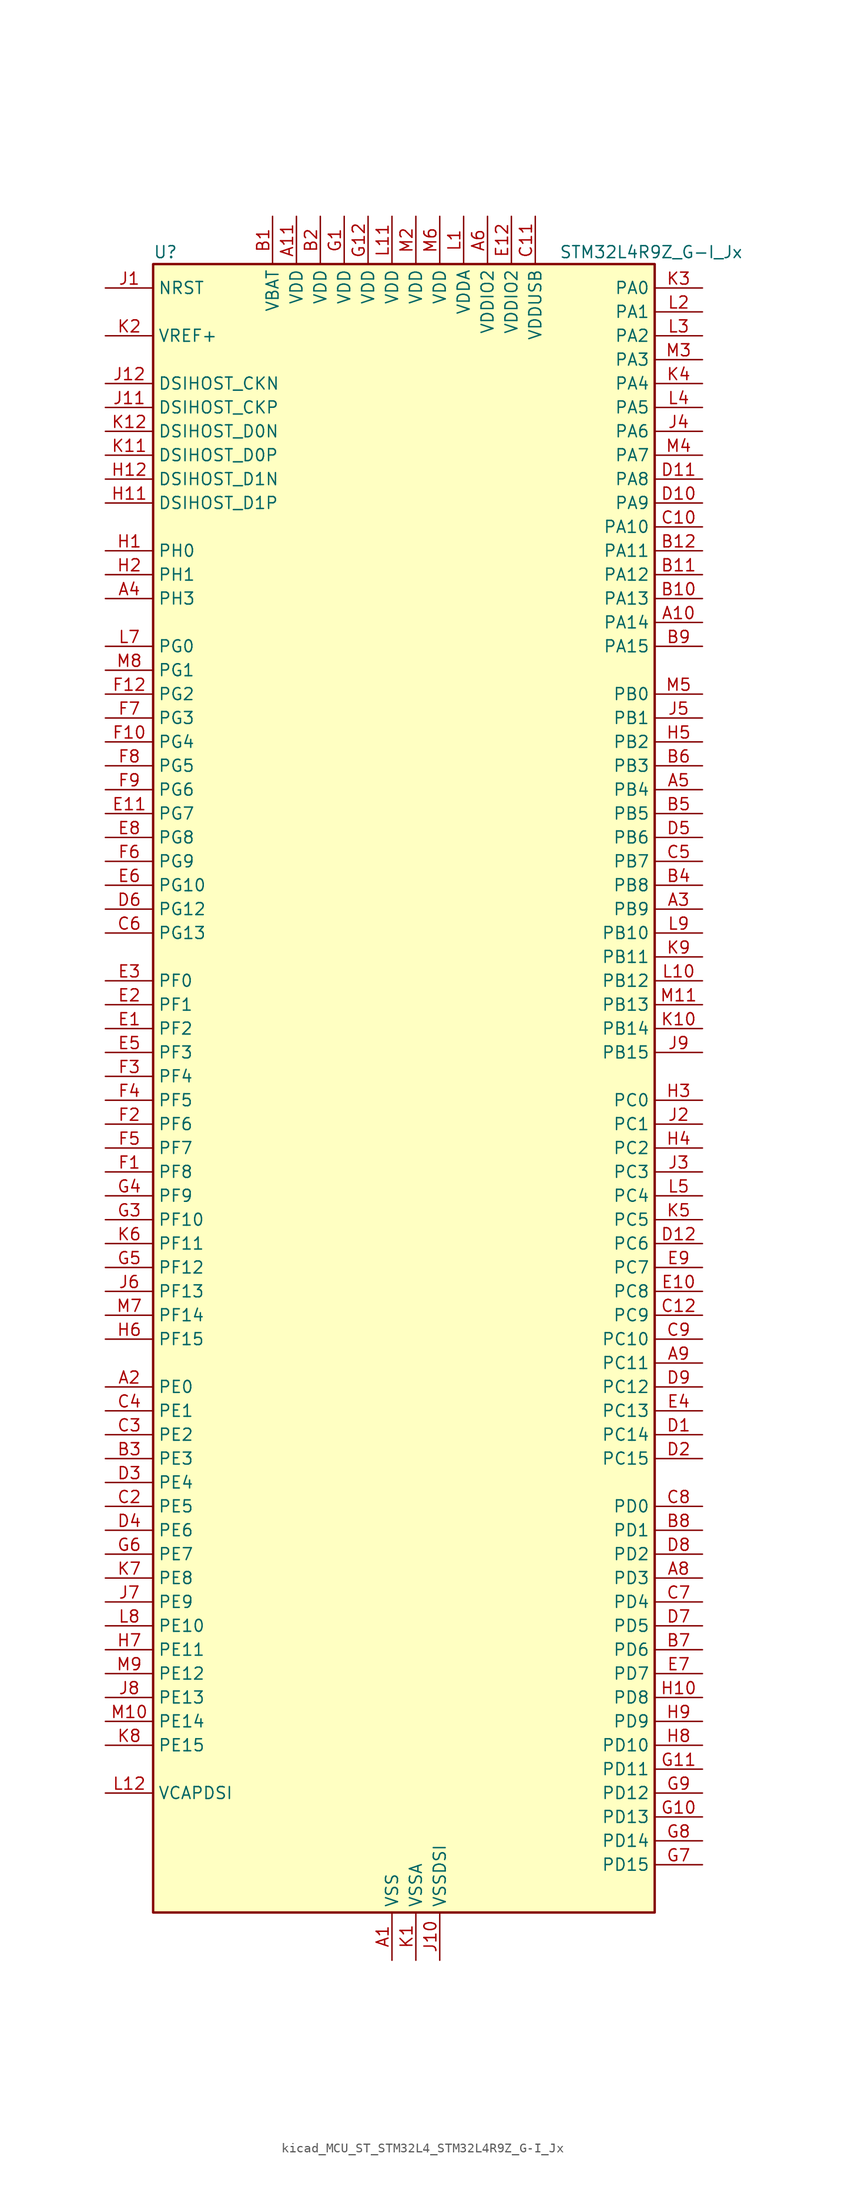
<source format=kicad_sym>
(kicad_symbol_lib
  (version 20220914)
  (generator kicad_symbol_editor)
  (symbol "kicad_MCU_ST_STM32L4_STM32L4R9Z_G-I_Jx"
    (property "Reference" "U"
      (at -25.4 90.17 0)
      (effects (font (size 1.27 1.27)) (justify left)))
    (property "Value" "STM32L4R9Z_G-I_Jx"
      (at 17.78 90.17 0)
      (effects (font (size 1.27 1.27)) (justify left)))
    (property "ki_locked" ""
      (at 0 0 0)
      (effects (font (size 1.27 1.27))))
    (symbol "kicad_MCU_ST_STM32L4_STM32L4R9Z_G-I_Jx_0_1"
      (rectangle (start -25.4 -86.36) (end 27.94 88.9) (stroke (width 0.254) (type default)) (fill (type background))))
    (symbol "kicad_MCU_ST_STM32L4_STM32L4R9Z_G-I_Jx_1_1"
      (pin power_in line (at 0 -91.44 90) (length 5.08) (name "VSS" (effects (font (size 1.27 1.27)))) (number "A1" (effects (font (size 1.27 1.27)))))
      (pin bidirectional line (at 33.02 50.8 180) (length 5.08) (name "PA14" (effects (font (size 1.27 1.27)))) (number "A10" (effects (font (size 1.27 1.27)))) (alternate "I2C1_SMBA" bidirectional line) (alternate "I2C4_SMBA" bidirectional line) (alternate "LPTIM1_OUT" bidirectional line) (alternate "SAI1_FS_B" bidirectional line) (alternate "SYS_JTCK-SWCLK" bidirectional line) (alternate "USB_OTG_FS_SOF" bidirectional line))
      (pin power_in line (at -10.16 93.98 270) (length 5.08) (name "VDD" (effects (font (size 1.27 1.27)))) (number "A11" (effects (font (size 1.27 1.27)))))
      (pin passive line (at 0 -91.44 90) (length 5.08) hide (name "VSS" (effects (font (size 1.27 1.27)))) (number "A12" (effects (font (size 1.27 1.27)))))
      (pin bidirectional line (at -30.48 -30.48 0) (length 5.08) (name "PE0" (effects (font (size 1.27 1.27)))) (number "A2" (effects (font (size 1.27 1.27)))) (alternate "DCMI_D2" bidirectional line) (alternate "FMC_NBL0" bidirectional line) (alternate "LTDC_HSYNC" bidirectional line) (alternate "TIM16_CH1" bidirectional line) (alternate "TIM4_ETR" bidirectional line))
      (pin bidirectional line (at 33.02 20.32 180) (length 5.08) (name "PB9" (effects (font (size 1.27 1.27)))) (number "A3" (effects (font (size 1.27 1.27)))) (alternate "CAN1_TX" bidirectional line) (alternate "DAC1_EXTI9" bidirectional line) (alternate "DCMI_D7" bidirectional line) (alternate "DFSDM1_CKIN6" bidirectional line) (alternate "I2C1_SDA" bidirectional line) (alternate "IR_OUT" bidirectional line) (alternate "SAI1_D2" bidirectional line) (alternate "SAI1_FS_A" bidirectional line) (alternate "SDMMC1_CDIR" bidirectional line) (alternate "SDMMC1_D5" bidirectional line) (alternate "SPI2_NSS" bidirectional line) (alternate "TIM17_CH1" bidirectional line) (alternate "TIM4_CH4" bidirectional line))
      (pin bidirectional line (at -30.48 53.34 0) (length 5.08) (name "PH3" (effects (font (size 1.27 1.27)))) (number "A4" (effects (font (size 1.27 1.27)))))
      (pin bidirectional line (at 33.02 33.02 180) (length 5.08) (name "PB4" (effects (font (size 1.27 1.27)))) (number "A5" (effects (font (size 1.27 1.27)))) (alternate "COMP2_INP" bidirectional line) (alternate "DCMI_D12" bidirectional line) (alternate "I2C3_SDA" bidirectional line) (alternate "SAI1_MCLK_B" bidirectional line) (alternate "SPI1_MISO" bidirectional line) (alternate "SPI3_MISO" bidirectional line) (alternate "SYS_JTRST" bidirectional line) (alternate "TIM17_BKIN" bidirectional line) (alternate "TIM3_CH1" bidirectional line) (alternate "TSC_G2_IO1" bidirectional line) (alternate "UART5_DE" bidirectional line) (alternate "UART5_RTS" bidirectional line) (alternate "USART1_CTS" bidirectional line) (alternate "USART1_NSS" bidirectional line))
      (pin power_in line (at 10.16 93.98 270) (length 5.08) (name "VDDIO2" (effects (font (size 1.27 1.27)))) (number "A6" (effects (font (size 1.27 1.27)))))
      (pin passive line (at 0 -91.44 90) (length 5.08) hide (name "VSS" (effects (font (size 1.27 1.27)))) (number "A7" (effects (font (size 1.27 1.27)))))
      (pin bidirectional line (at 33.02 -50.8 180) (length 5.08) (name "PD3" (effects (font (size 1.27 1.27)))) (number "A8" (effects (font (size 1.27 1.27)))) (alternate "DCMI_D5" bidirectional line) (alternate "DFSDM1_DATIN0" bidirectional line) (alternate "FMC_CLK" bidirectional line) (alternate "LTDC_CLK" bidirectional line) (alternate "OCTOSPIM_P2_NCS" bidirectional line) (alternate "SPI2_MISO" bidirectional line) (alternate "SPI2_SCK" bidirectional line) (alternate "USART2_CTS" bidirectional line) (alternate "USART2_NSS" bidirectional line))
      (pin bidirectional line (at 33.02 -27.94 180) (length 5.08) (name "PC11" (effects (font (size 1.27 1.27)))) (number "A9" (effects (font (size 1.27 1.27)))) (alternate "ADC1_EXTI11" bidirectional line) (alternate "DCMI_D2" bidirectional line) (alternate "DCMI_D4" bidirectional line) (alternate "OCTOSPIM_P1_NCS" bidirectional line) (alternate "SAI2_MCLK_B" bidirectional line) (alternate "SDMMC1_D3" bidirectional line) (alternate "SPI3_MISO" bidirectional line) (alternate "TSC_G3_IO3" bidirectional line) (alternate "UART4_RX" bidirectional line) (alternate "USART3_RX" bidirectional line))
      (pin power_in line (at -12.7 93.98 270) (length 5.08) (name "VBAT" (effects (font (size 1.27 1.27)))) (number "B1" (effects (font (size 1.27 1.27)))))
      (pin bidirectional line (at 33.02 53.34 180) (length 5.08) (name "PA13" (effects (font (size 1.27 1.27)))) (number "B10" (effects (font (size 1.27 1.27)))) (alternate "IR_OUT" bidirectional line) (alternate "SAI1_SD_B" bidirectional line) (alternate "SYS_JTMS-SWDIO" bidirectional line) (alternate "USB_OTG_FS_NOE" bidirectional line))
      (pin bidirectional line (at 33.02 55.88 180) (length 5.08) (name "PA12" (effects (font (size 1.27 1.27)))) (number "B11" (effects (font (size 1.27 1.27)))) (alternate "CAN1_TX" bidirectional line) (alternate "SPI1_MOSI" bidirectional line) (alternate "TIM1_ETR" bidirectional line) (alternate "USART1_DE" bidirectional line) (alternate "USART1_RTS" bidirectional line) (alternate "USB_OTG_FS_DP" bidirectional line))
      (pin bidirectional line (at 33.02 58.42 180) (length 5.08) (name "PA11" (effects (font (size 1.27 1.27)))) (number "B12" (effects (font (size 1.27 1.27)))) (alternate "ADC1_EXTI11" bidirectional line) (alternate "CAN1_RX" bidirectional line) (alternate "SPI1_MISO" bidirectional line) (alternate "TIM1_BKIN2" bidirectional line) (alternate "TIM1_CH4" bidirectional line) (alternate "USART1_CTS" bidirectional line) (alternate "USART1_NSS" bidirectional line) (alternate "USB_OTG_FS_DM" bidirectional line))
      (pin power_in line (at -7.62 93.98 270) (length 5.08) (name "VDD" (effects (font (size 1.27 1.27)))) (number "B2" (effects (font (size 1.27 1.27)))))
      (pin bidirectional line (at -30.48 -38.1 0) (length 5.08) (name "PE3" (effects (font (size 1.27 1.27)))) (number "B3" (effects (font (size 1.27 1.27)))) (alternate "FMC_A19" bidirectional line) (alternate "LTDC_R1" bidirectional line) (alternate "OCTOSPIM_P1_DQS" bidirectional line) (alternate "SAI1_SD_B" bidirectional line) (alternate "SYS_TRACED0" bidirectional line) (alternate "TIM3_CH1" bidirectional line) (alternate "TSC_G7_IO2" bidirectional line))
      (pin bidirectional line (at 33.02 22.86 180) (length 5.08) (name "PB8" (effects (font (size 1.27 1.27)))) (number "B4" (effects (font (size 1.27 1.27)))) (alternate "CAN1_RX" bidirectional line) (alternate "DCMI_D6" bidirectional line) (alternate "DFSDM1_CKOUT" bidirectional line) (alternate "DFSDM1_DATIN6" bidirectional line) (alternate "I2C1_SCL" bidirectional line) (alternate "LTDC_B1" bidirectional line) (alternate "SAI1_CK1" bidirectional line) (alternate "SAI1_MCLK_A" bidirectional line) (alternate "SDMMC1_CKIN" bidirectional line) (alternate "SDMMC1_D4" bidirectional line) (alternate "TIM16_CH1" bidirectional line) (alternate "TIM4_CH3" bidirectional line))
      (pin bidirectional line (at 33.02 30.48 180) (length 5.08) (name "PB5" (effects (font (size 1.27 1.27)))) (number "B5" (effects (font (size 1.27 1.27)))) (alternate "COMP2_OUT" bidirectional line) (alternate "DCMI_D10" bidirectional line) (alternate "I2C1_SMBA" bidirectional line) (alternate "LPTIM1_IN1" bidirectional line) (alternate "SAI1_SD_B" bidirectional line) (alternate "SPI1_MOSI" bidirectional line) (alternate "SPI3_MOSI" bidirectional line) (alternate "TIM16_BKIN" bidirectional line) (alternate "TIM3_CH2" bidirectional line) (alternate "TSC_G2_IO2" bidirectional line) (alternate "UART5_CTS" bidirectional line) (alternate "USART1_CK" bidirectional line))
      (pin bidirectional line (at 33.02 35.56 180) (length 5.08) (name "PB3" (effects (font (size 1.27 1.27)))) (number "B6" (effects (font (size 1.27 1.27)))) (alternate "COMP2_INM" bidirectional line) (alternate "CRS_SYNC" bidirectional line) (alternate "SAI1_SCK_B" bidirectional line) (alternate "SPI1_SCK" bidirectional line) (alternate "SPI3_SCK" bidirectional line) (alternate "SYS_JTDO-SWO" bidirectional line) (alternate "TIM2_CH2" bidirectional line) (alternate "USART1_DE" bidirectional line) (alternate "USART1_RTS" bidirectional line))
      (pin bidirectional line (at 33.02 -58.42 180) (length 5.08) (name "PD6" (effects (font (size 1.27 1.27)))) (number "B7" (effects (font (size 1.27 1.27)))) (alternate "DCMI_D10" bidirectional line) (alternate "DFSDM1_DATIN1" bidirectional line) (alternate "FMC_NWAIT" bidirectional line) (alternate "LTDC_DE" bidirectional line) (alternate "OCTOSPIM_P1_IO6" bidirectional line) (alternate "SAI1_D1" bidirectional line) (alternate "SAI1_SD_A" bidirectional line) (alternate "SPI3_MOSI" bidirectional line) (alternate "USART2_RX" bidirectional line))
      (pin bidirectional line (at 33.02 -45.72 180) (length 5.08) (name "PD1" (effects (font (size 1.27 1.27)))) (number "B8" (effects (font (size 1.27 1.27)))) (alternate "CAN1_TX" bidirectional line) (alternate "DFSDM1_CKIN7" bidirectional line) (alternate "FMC_D3" bidirectional line) (alternate "FMC_DA3" bidirectional line) (alternate "LTDC_B5" bidirectional line) (alternate "SPI2_SCK" bidirectional line))
      (pin bidirectional line (at 33.02 48.26 180) (length 5.08) (name "PA15" (effects (font (size 1.27 1.27)))) (number "B9" (effects (font (size 1.27 1.27)))) (alternate "ADC1_EXTI15" bidirectional line) (alternate "SAI2_FS_B" bidirectional line) (alternate "SPI1_NSS" bidirectional line) (alternate "SPI3_NSS" bidirectional line) (alternate "SYS_JTDI" bidirectional line) (alternate "TIM2_CH1" bidirectional line) (alternate "TIM2_ETR" bidirectional line) (alternate "TSC_G3_IO1" bidirectional line) (alternate "UART4_DE" bidirectional line) (alternate "UART4_RTS" bidirectional line) (alternate "USART2_RX" bidirectional line) (alternate "USART3_DE" bidirectional line) (alternate "USART3_RTS" bidirectional line))
      (pin passive line (at 0 -91.44 90) (length 5.08) hide (name "VSS" (effects (font (size 1.27 1.27)))) (number "C1" (effects (font (size 1.27 1.27)))))
      (pin bidirectional line (at 33.02 60.96 180) (length 5.08) (name "PA10" (effects (font (size 1.27 1.27)))) (number "C10" (effects (font (size 1.27 1.27)))) (alternate "DCMI_D1" bidirectional line) (alternate "SAI1_D1" bidirectional line) (alternate "SAI1_SD_A" bidirectional line) (alternate "TIM17_BKIN" bidirectional line) (alternate "TIM1_CH3" bidirectional line) (alternate "USART1_RX" bidirectional line) (alternate "USB_OTG_FS_ID" bidirectional line))
      (pin power_in line (at 15.24 93.98 270) (length 5.08) (name "VDDUSB" (effects (font (size 1.27 1.27)))) (number "C11" (effects (font (size 1.27 1.27)))))
      (pin bidirectional line (at 33.02 -22.86 180) (length 5.08) (name "PC9" (effects (font (size 1.27 1.27)))) (number "C12" (effects (font (size 1.27 1.27)))) (alternate "DAC1_EXTI9" bidirectional line) (alternate "DCMI_D3" bidirectional line) (alternate "I2C3_SDA" bidirectional line) (alternate "SAI2_EXTCLK" bidirectional line) (alternate "SDMMC1_D1" bidirectional line) (alternate "SYS_TRACED0" bidirectional line) (alternate "TIM3_CH4" bidirectional line) (alternate "TIM8_BKIN2" bidirectional line) (alternate "TIM8_CH4" bidirectional line) (alternate "TSC_G4_IO4" bidirectional line) (alternate "USB_OTG_FS_NOE" bidirectional line))
      (pin bidirectional line (at -30.48 -43.18 0) (length 5.08) (name "PE5" (effects (font (size 1.27 1.27)))) (number "C2" (effects (font (size 1.27 1.27)))) (alternate "DCMI_D6" bidirectional line) (alternate "DFSDM1_CKIN3" bidirectional line) (alternate "FMC_A21" bidirectional line) (alternate "LTDC_G0" bidirectional line) (alternate "SAI1_CK2" bidirectional line) (alternate "SAI1_SCK_A" bidirectional line) (alternate "SYS_TRACED2" bidirectional line) (alternate "TIM3_CH3" bidirectional line) (alternate "TSC_G7_IO4" bidirectional line))
      (pin bidirectional line (at -30.48 -35.56 0) (length 5.08) (name "PE2" (effects (font (size 1.27 1.27)))) (number "C3" (effects (font (size 1.27 1.27)))) (alternate "FMC_A23" bidirectional line) (alternate "LTDC_R0" bidirectional line) (alternate "SAI1_CK1" bidirectional line) (alternate "SAI1_MCLK_A" bidirectional line) (alternate "SYS_TRACECLK" bidirectional line) (alternate "TIM3_ETR" bidirectional line) (alternate "TSC_G7_IO1" bidirectional line))
      (pin bidirectional line (at -30.48 -33.02 0) (length 5.08) (name "PE1" (effects (font (size 1.27 1.27)))) (number "C4" (effects (font (size 1.27 1.27)))) (alternate "DCMI_D3" bidirectional line) (alternate "FMC_NBL1" bidirectional line) (alternate "LTDC_VSYNC" bidirectional line) (alternate "TIM17_CH1" bidirectional line))
      (pin bidirectional line (at 33.02 25.4 180) (length 5.08) (name "PB7" (effects (font (size 1.27 1.27)))) (number "C5" (effects (font (size 1.27 1.27)))) (alternate "COMP2_INM" bidirectional line) (alternate "DCMI_VSYNC" bidirectional line) (alternate "DFSDM1_CKIN5" bidirectional line) (alternate "DSIHOST_TE" bidirectional line) (alternate "FMC_NL" bidirectional line) (alternate "I2C1_SDA" bidirectional line) (alternate "I2C4_SDA" bidirectional line) (alternate "LPTIM1_IN2" bidirectional line) (alternate "SYS_PVD_IN" bidirectional line) (alternate "TIM17_CH1N" bidirectional line) (alternate "TIM4_CH2" bidirectional line) (alternate "TIM8_BKIN" bidirectional line) (alternate "TSC_G2_IO4" bidirectional line) (alternate "UART4_CTS" bidirectional line) (alternate "USART1_RX" bidirectional line))
      (pin bidirectional line (at -30.48 17.78 0) (length 5.08) (name "PG13" (effects (font (size 1.27 1.27)))) (number "C6" (effects (font (size 1.27 1.27)))) (alternate "FMC_A24" bidirectional line) (alternate "I2C1_SDA" bidirectional line) (alternate "LTDC_R0" bidirectional line) (alternate "USART1_CK" bidirectional line))
      (pin bidirectional line (at 33.02 -53.34 180) (length 5.08) (name "PD4" (effects (font (size 1.27 1.27)))) (number "C7" (effects (font (size 1.27 1.27)))) (alternate "DFSDM1_CKIN0" bidirectional line) (alternate "FMC_NOE" bidirectional line) (alternate "OCTOSPIM_P1_IO4" bidirectional line) (alternate "SPI2_MOSI" bidirectional line) (alternate "USART2_DE" bidirectional line) (alternate "USART2_RTS" bidirectional line))
      (pin bidirectional line (at 33.02 -43.18 180) (length 5.08) (name "PD0" (effects (font (size 1.27 1.27)))) (number "C8" (effects (font (size 1.27 1.27)))) (alternate "CAN1_RX" bidirectional line) (alternate "DFSDM1_DATIN7" bidirectional line) (alternate "FMC_D2" bidirectional line) (alternate "FMC_DA2" bidirectional line) (alternate "LTDC_B4" bidirectional line) (alternate "SPI2_NSS" bidirectional line))
      (pin bidirectional line (at 33.02 -25.4 180) (length 5.08) (name "PC10" (effects (font (size 1.27 1.27)))) (number "C9" (effects (font (size 1.27 1.27)))) (alternate "DCMI_D8" bidirectional line) (alternate "SAI2_SCK_B" bidirectional line) (alternate "SDMMC1_D2" bidirectional line) (alternate "SPI3_SCK" bidirectional line) (alternate "SYS_TRACED1" bidirectional line) (alternate "TSC_G3_IO2" bidirectional line) (alternate "UART4_TX" bidirectional line) (alternate "USART3_TX" bidirectional line))
      (pin bidirectional line (at 33.02 -35.56 180) (length 5.08) (name "PC14" (effects (font (size 1.27 1.27)))) (number "D1" (effects (font (size 1.27 1.27)))) (alternate "RCC_OSC32_IN" bidirectional line))
      (pin bidirectional line (at 33.02 63.5 180) (length 5.08) (name "PA9" (effects (font (size 1.27 1.27)))) (number "D10" (effects (font (size 1.27 1.27)))) (alternate "DAC1_EXTI9" bidirectional line) (alternate "DCMI_D0" bidirectional line) (alternate "SAI1_FS_A" bidirectional line) (alternate "SPI2_SCK" bidirectional line) (alternate "TIM15_BKIN" bidirectional line) (alternate "TIM1_CH2" bidirectional line) (alternate "USART1_TX" bidirectional line) (alternate "USB_OTG_FS_VBUS" bidirectional line))
      (pin bidirectional line (at 33.02 66.04 180) (length 5.08) (name "PA8" (effects (font (size 1.27 1.27)))) (number "D11" (effects (font (size 1.27 1.27)))) (alternate "LPTIM2_OUT" bidirectional line) (alternate "RCC_MCO" bidirectional line) (alternate "SAI1_CK2" bidirectional line) (alternate "SAI1_SCK_A" bidirectional line) (alternate "TIM1_CH1" bidirectional line) (alternate "USART1_CK" bidirectional line) (alternate "USB_OTG_FS_SOF" bidirectional line))
      (pin bidirectional line (at 33.02 -15.24 180) (length 5.08) (name "PC6" (effects (font (size 1.27 1.27)))) (number "D12" (effects (font (size 1.27 1.27)))) (alternate "DCMI_D0" bidirectional line) (alternate "DFSDM1_CKIN3" bidirectional line) (alternate "LTDC_R0" bidirectional line) (alternate "SAI2_MCLK_A" bidirectional line) (alternate "SDMMC1_D0DIR" bidirectional line) (alternate "SDMMC1_D6" bidirectional line) (alternate "TIM3_CH1" bidirectional line) (alternate "TIM8_CH1" bidirectional line) (alternate "TSC_G4_IO1" bidirectional line))
      (pin bidirectional line (at 33.02 -38.1 180) (length 5.08) (name "PC15" (effects (font (size 1.27 1.27)))) (number "D2" (effects (font (size 1.27 1.27)))) (alternate "ADC1_EXTI15" bidirectional line) (alternate "RCC_OSC32_OUT" bidirectional line))
      (pin bidirectional line (at -30.48 -40.64 0) (length 5.08) (name "PE4" (effects (font (size 1.27 1.27)))) (number "D3" (effects (font (size 1.27 1.27)))) (alternate "DCMI_D4" bidirectional line) (alternate "DFSDM1_DATIN3" bidirectional line) (alternate "FMC_A20" bidirectional line) (alternate "LTDC_B0" bidirectional line) (alternate "SAI1_D2" bidirectional line) (alternate "SAI1_FS_A" bidirectional line) (alternate "SYS_TRACED1" bidirectional line) (alternate "TIM3_CH2" bidirectional line) (alternate "TSC_G7_IO3" bidirectional line))
      (pin bidirectional line (at -30.48 -45.72 0) (length 5.08) (name "PE6" (effects (font (size 1.27 1.27)))) (number "D4" (effects (font (size 1.27 1.27)))) (alternate "DCMI_D7" bidirectional line) (alternate "FMC_A22" bidirectional line) (alternate "LTDC_G1" bidirectional line) (alternate "RTC_TAMP3" bidirectional line) (alternate "SAI1_D1" bidirectional line) (alternate "SAI1_SD_A" bidirectional line) (alternate "SYS_TRACED3" bidirectional line) (alternate "SYS_WKUP3" bidirectional line) (alternate "TIM3_CH4" bidirectional line))
      (pin bidirectional line (at 33.02 27.94 180) (length 5.08) (name "PB6" (effects (font (size 1.27 1.27)))) (number "D5" (effects (font (size 1.27 1.27)))) (alternate "COMP2_INP" bidirectional line) (alternate "DCMI_D5" bidirectional line) (alternate "DFSDM1_DATIN5" bidirectional line) (alternate "I2C1_SCL" bidirectional line) (alternate "I2C4_SCL" bidirectional line) (alternate "LPTIM1_ETR" bidirectional line) (alternate "SAI1_FS_B" bidirectional line) (alternate "TIM16_CH1N" bidirectional line) (alternate "TIM4_CH1" bidirectional line) (alternate "TIM8_BKIN2" bidirectional line) (alternate "TSC_G2_IO3" bidirectional line) (alternate "USART1_TX" bidirectional line))
      (pin bidirectional line (at -30.48 20.32 0) (length 5.08) (name "PG12" (effects (font (size 1.27 1.27)))) (number "D6" (effects (font (size 1.27 1.27)))) (alternate "FMC_NE4" bidirectional line) (alternate "LPTIM1_ETR" bidirectional line) (alternate "OCTOSPIM_P2_NCS" bidirectional line) (alternate "SAI2_SD_A" bidirectional line) (alternate "SPI3_NSS" bidirectional line) (alternate "USART1_DE" bidirectional line) (alternate "USART1_RTS" bidirectional line))
      (pin bidirectional line (at 33.02 -55.88 180) (length 5.08) (name "PD5" (effects (font (size 1.27 1.27)))) (number "D7" (effects (font (size 1.27 1.27)))) (alternate "FMC_NWE" bidirectional line) (alternate "OCTOSPIM_P1_IO5" bidirectional line) (alternate "USART2_TX" bidirectional line))
      (pin bidirectional line (at 33.02 -48.26 180) (length 5.08) (name "PD2" (effects (font (size 1.27 1.27)))) (number "D8" (effects (font (size 1.27 1.27)))) (alternate "DCMI_D11" bidirectional line) (alternate "SDMMC1_CMD" bidirectional line) (alternate "SYS_TRACED2" bidirectional line) (alternate "TIM3_ETR" bidirectional line) (alternate "TSC_SYNC" bidirectional line) (alternate "UART5_RX" bidirectional line) (alternate "USART3_DE" bidirectional line) (alternate "USART3_RTS" bidirectional line))
      (pin bidirectional line (at 33.02 -30.48 180) (length 5.08) (name "PC12" (effects (font (size 1.27 1.27)))) (number "D9" (effects (font (size 1.27 1.27)))) (alternate "DCMI_D9" bidirectional line) (alternate "SAI2_SD_B" bidirectional line) (alternate "SDMMC1_CK" bidirectional line) (alternate "SPI3_MOSI" bidirectional line) (alternate "SYS_TRACED3" bidirectional line) (alternate "TSC_G3_IO4" bidirectional line) (alternate "UART5_TX" bidirectional line) (alternate "USART3_CK" bidirectional line))
      (pin bidirectional line (at -30.48 7.62 0) (length 5.08) (name "PF2" (effects (font (size 1.27 1.27)))) (number "E1" (effects (font (size 1.27 1.27)))) (alternate "FMC_A2" bidirectional line) (alternate "I2C2_SMBA" bidirectional line) (alternate "OCTOSPIM_P2_IO2" bidirectional line))
      (pin bidirectional line (at 33.02 -20.32 180) (length 5.08) (name "PC8" (effects (font (size 1.27 1.27)))) (number "E10" (effects (font (size 1.27 1.27)))) (alternate "DCMI_D2" bidirectional line) (alternate "SDMMC1_D0" bidirectional line) (alternate "TIM3_CH3" bidirectional line) (alternate "TIM8_CH3" bidirectional line) (alternate "TSC_G4_IO3" bidirectional line))
      (pin bidirectional line (at -30.48 30.48 0) (length 5.08) (name "PG7" (effects (font (size 1.27 1.27)))) (number "E11" (effects (font (size 1.27 1.27)))) (alternate "DFSDM1_CKOUT" bidirectional line) (alternate "FMC_INT" bidirectional line) (alternate "I2C3_SCL" bidirectional line) (alternate "LPUART1_TX" bidirectional line) (alternate "OCTOSPIM_P2_DQS" bidirectional line) (alternate "SAI1_CK1" bidirectional line) (alternate "SAI1_MCLK_A" bidirectional line))
      (pin power_in line (at 12.7 93.98 270) (length 5.08) (name "VDDIO2" (effects (font (size 1.27 1.27)))) (number "E12" (effects (font (size 1.27 1.27)))))
      (pin bidirectional line (at -30.48 10.16 0) (length 5.08) (name "PF1" (effects (font (size 1.27 1.27)))) (number "E2" (effects (font (size 1.27 1.27)))) (alternate "FMC_A1" bidirectional line) (alternate "I2C2_SCL" bidirectional line) (alternate "OCTOSPIM_P2_IO1" bidirectional line))
      (pin bidirectional line (at -30.48 12.7 0) (length 5.08) (name "PF0" (effects (font (size 1.27 1.27)))) (number "E3" (effects (font (size 1.27 1.27)))) (alternate "FMC_A0" bidirectional line) (alternate "I2C2_SDA" bidirectional line) (alternate "OCTOSPIM_P2_IO0" bidirectional line))
      (pin bidirectional line (at 33.02 -33.02 180) (length 5.08) (name "PC13" (effects (font (size 1.27 1.27)))) (number "E4" (effects (font (size 1.27 1.27)))) (alternate "RTC_OUT_ALARM" bidirectional line) (alternate "RTC_OUT_CALIB" bidirectional line) (alternate "RTC_TAMP1" bidirectional line) (alternate "RTC_TS" bidirectional line) (alternate "SYS_WKUP2" bidirectional line))
      (pin bidirectional line (at -30.48 5.08 0) (length 5.08) (name "PF3" (effects (font (size 1.27 1.27)))) (number "E5" (effects (font (size 1.27 1.27)))) (alternate "FMC_A3" bidirectional line) (alternate "OCTOSPIM_P2_IO3" bidirectional line))
      (pin bidirectional line (at -30.48 22.86 0) (length 5.08) (name "PG10" (effects (font (size 1.27 1.27)))) (number "E6" (effects (font (size 1.27 1.27)))) (alternate "FMC_NE3" bidirectional line) (alternate "LPTIM1_IN1" bidirectional line) (alternate "OCTOSPIM_P2_IO7" bidirectional line) (alternate "SAI2_FS_A" bidirectional line) (alternate "SPI3_MISO" bidirectional line) (alternate "TIM15_CH1" bidirectional line) (alternate "USART1_RX" bidirectional line))
      (pin bidirectional line (at 33.02 -60.96 180) (length 5.08) (name "PD7" (effects (font (size 1.27 1.27)))) (number "E7" (effects (font (size 1.27 1.27)))) (alternate "DFSDM1_CKIN1" bidirectional line) (alternate "FMC_NCE" bidirectional line) (alternate "FMC_NE1" bidirectional line) (alternate "OCTOSPIM_P1_IO7" bidirectional line) (alternate "USART2_CK" bidirectional line))
      (pin bidirectional line (at -30.48 27.94 0) (length 5.08) (name "PG8" (effects (font (size 1.27 1.27)))) (number "E8" (effects (font (size 1.27 1.27)))) (alternate "I2C3_SDA" bidirectional line) (alternate "LPUART1_RX" bidirectional line))
      (pin bidirectional line (at 33.02 -17.78 180) (length 5.08) (name "PC7" (effects (font (size 1.27 1.27)))) (number "E9" (effects (font (size 1.27 1.27)))) (alternate "DCMI_D1" bidirectional line) (alternate "DFSDM1_DATIN3" bidirectional line) (alternate "LTDC_R1" bidirectional line) (alternate "SAI2_MCLK_B" bidirectional line) (alternate "SDMMC1_D123DIR" bidirectional line) (alternate "SDMMC1_D7" bidirectional line) (alternate "TIM3_CH2" bidirectional line) (alternate "TIM8_CH2" bidirectional line) (alternate "TSC_G4_IO2" bidirectional line))
      (pin bidirectional line (at -30.48 -7.62 0) (length 5.08) (name "PF8" (effects (font (size 1.27 1.27)))) (number "F1" (effects (font (size 1.27 1.27)))) (alternate "OCTOSPIM_P1_IO0" bidirectional line) (alternate "SAI1_SCK_B" bidirectional line) (alternate "TIM5_CH3" bidirectional line))
      (pin bidirectional line (at -30.48 38.1 0) (length 5.08) (name "PG4" (effects (font (size 1.27 1.27)))) (number "F10" (effects (font (size 1.27 1.27)))) (alternate "FMC_A14" bidirectional line) (alternate "SAI2_MCLK_B" bidirectional line) (alternate "SPI1_MOSI" bidirectional line))
      (pin passive line (at 0 -91.44 90) (length 5.08) hide (name "VSS" (effects (font (size 1.27 1.27)))) (number "F11" (effects (font (size 1.27 1.27)))))
      (pin bidirectional line (at -30.48 43.18 0) (length 5.08) (name "PG2" (effects (font (size 1.27 1.27)))) (number "F12" (effects (font (size 1.27 1.27)))) (alternate "FMC_A12" bidirectional line) (alternate "SAI2_SCK_B" bidirectional line) (alternate "SPI1_SCK" bidirectional line))
      (pin bidirectional line (at -30.48 -2.54 0) (length 5.08) (name "PF6" (effects (font (size 1.27 1.27)))) (number "F2" (effects (font (size 1.27 1.27)))) (alternate "OCTOSPIM_P1_IO3" bidirectional line) (alternate "SAI1_SD_B" bidirectional line) (alternate "TIM5_CH1" bidirectional line) (alternate "TIM5_ETR" bidirectional line))
      (pin bidirectional line (at -30.48 2.54 0) (length 5.08) (name "PF4" (effects (font (size 1.27 1.27)))) (number "F3" (effects (font (size 1.27 1.27)))) (alternate "FMC_A4" bidirectional line) (alternate "OCTOSPIM_P2_CLK" bidirectional line))
      (pin bidirectional line (at -30.48 0 0) (length 5.08) (name "PF5" (effects (font (size 1.27 1.27)))) (number "F4" (effects (font (size 1.27 1.27)))) (alternate "FMC_A5" bidirectional line))
      (pin bidirectional line (at -30.48 -5.08 0) (length 5.08) (name "PF7" (effects (font (size 1.27 1.27)))) (number "F5" (effects (font (size 1.27 1.27)))) (alternate "OCTOSPIM_P1_IO2" bidirectional line) (alternate "SAI1_MCLK_B" bidirectional line) (alternate "TIM5_CH2" bidirectional line))
      (pin bidirectional line (at -30.48 25.4 0) (length 5.08) (name "PG9" (effects (font (size 1.27 1.27)))) (number "F6" (effects (font (size 1.27 1.27)))) (alternate "DAC1_EXTI9" bidirectional line) (alternate "FMC_NCE" bidirectional line) (alternate "FMC_NE2" bidirectional line) (alternate "OCTOSPIM_P2_IO6" bidirectional line) (alternate "SAI2_SCK_A" bidirectional line) (alternate "SPI3_SCK" bidirectional line) (alternate "TIM15_CH1N" bidirectional line) (alternate "USART1_TX" bidirectional line))
      (pin bidirectional line (at -30.48 40.64 0) (length 5.08) (name "PG3" (effects (font (size 1.27 1.27)))) (number "F7" (effects (font (size 1.27 1.27)))) (alternate "FMC_A13" bidirectional line) (alternate "SAI2_FS_B" bidirectional line) (alternate "SPI1_MISO" bidirectional line))
      (pin bidirectional line (at -30.48 35.56 0) (length 5.08) (name "PG5" (effects (font (size 1.27 1.27)))) (number "F8" (effects (font (size 1.27 1.27)))) (alternate "FMC_A15" bidirectional line) (alternate "LPUART1_CTS" bidirectional line) (alternate "SAI2_SD_B" bidirectional line) (alternate "SPI1_NSS" bidirectional line))
      (pin bidirectional line (at -30.48 33.02 0) (length 5.08) (name "PG6" (effects (font (size 1.27 1.27)))) (number "F9" (effects (font (size 1.27 1.27)))) (alternate "DSIHOST_TE" bidirectional line) (alternate "I2C3_SMBA" bidirectional line) (alternate "LPUART1_DE" bidirectional line) (alternate "LPUART1_RTS" bidirectional line) (alternate "LTDC_R1" bidirectional line) (alternate "OCTOSPIM_P1_DQS" bidirectional line))
      (pin power_in line (at -5.08 93.98 270) (length 5.08) (name "VDD" (effects (font (size 1.27 1.27)))) (number "G1" (effects (font (size 1.27 1.27)))))
      (pin bidirectional line (at 33.02 -76.2 180) (length 5.08) (name "PD13" (effects (font (size 1.27 1.27)))) (number "G10" (effects (font (size 1.27 1.27)))) (alternate "FMC_A18" bidirectional line) (alternate "I2C4_SDA" bidirectional line) (alternate "LPTIM2_OUT" bidirectional line) (alternate "TIM4_CH2" bidirectional line) (alternate "TSC_G6_IO4" bidirectional line))
      (pin bidirectional line (at 33.02 -71.12 180) (length 5.08) (name "PD11" (effects (font (size 1.27 1.27)))) (number "G11" (effects (font (size 1.27 1.27)))) (alternate "ADC1_EXTI11" bidirectional line) (alternate "FMC_A16" bidirectional line) (alternate "FMC_CLE" bidirectional line) (alternate "I2C4_SMBA" bidirectional line) (alternate "LPTIM2_ETR" bidirectional line) (alternate "LTDC_R6" bidirectional line) (alternate "SAI2_SD_A" bidirectional line) (alternate "TSC_G6_IO2" bidirectional line) (alternate "USART3_CTS" bidirectional line) (alternate "USART3_NSS" bidirectional line))
      (pin power_in line (at -2.54 93.98 270) (length 5.08) (name "VDD" (effects (font (size 1.27 1.27)))) (number "G12" (effects (font (size 1.27 1.27)))))
      (pin passive line (at 0 -91.44 90) (length 5.08) hide (name "VSS" (effects (font (size 1.27 1.27)))) (number "G2" (effects (font (size 1.27 1.27)))))
      (pin bidirectional line (at -30.48 -12.7 0) (length 5.08) (name "PF10" (effects (font (size 1.27 1.27)))) (number "G3" (effects (font (size 1.27 1.27)))) (alternate "DCMI_D11" bidirectional line) (alternate "DFSDM1_CKOUT" bidirectional line) (alternate "OCTOSPIM_P1_CLK" bidirectional line) (alternate "SAI1_D3" bidirectional line) (alternate "TIM15_CH2" bidirectional line))
      (pin bidirectional line (at -30.48 -10.16 0) (length 5.08) (name "PF9" (effects (font (size 1.27 1.27)))) (number "G4" (effects (font (size 1.27 1.27)))) (alternate "DAC1_EXTI9" bidirectional line) (alternate "OCTOSPIM_P1_IO1" bidirectional line) (alternate "SAI1_FS_B" bidirectional line) (alternate "TIM15_CH1" bidirectional line) (alternate "TIM5_CH4" bidirectional line))
      (pin bidirectional line (at -30.48 -17.78 0) (length 5.08) (name "PF12" (effects (font (size 1.27 1.27)))) (number "G5" (effects (font (size 1.27 1.27)))) (alternate "FMC_A6" bidirectional line) (alternate "LTDC_B0" bidirectional line) (alternate "OCTOSPIM_P2_DQS" bidirectional line))
      (pin bidirectional line (at -30.48 -48.26 0) (length 5.08) (name "PE7" (effects (font (size 1.27 1.27)))) (number "G6" (effects (font (size 1.27 1.27)))) (alternate "DFSDM1_DATIN2" bidirectional line) (alternate "FMC_D4" bidirectional line) (alternate "FMC_DA4" bidirectional line) (alternate "LTDC_B6" bidirectional line) (alternate "SAI1_SD_B" bidirectional line) (alternate "TIM1_ETR" bidirectional line))
      (pin bidirectional line (at 33.02 -81.28 180) (length 5.08) (name "PD15" (effects (font (size 1.27 1.27)))) (number "G7" (effects (font (size 1.27 1.27)))) (alternate "ADC1_EXTI15" bidirectional line) (alternate "FMC_D1" bidirectional line) (alternate "FMC_DA1" bidirectional line) (alternate "LTDC_B3" bidirectional line) (alternate "TIM4_CH4" bidirectional line))
      (pin bidirectional line (at 33.02 -78.74 180) (length 5.08) (name "PD14" (effects (font (size 1.27 1.27)))) (number "G8" (effects (font (size 1.27 1.27)))) (alternate "FMC_D0" bidirectional line) (alternate "FMC_DA0" bidirectional line) (alternate "LTDC_B2" bidirectional line) (alternate "TIM4_CH3" bidirectional line))
      (pin bidirectional line (at 33.02 -73.66 180) (length 5.08) (name "PD12" (effects (font (size 1.27 1.27)))) (number "G9" (effects (font (size 1.27 1.27)))) (alternate "FMC_A17" bidirectional line) (alternate "FMC_ALE" bidirectional line) (alternate "I2C4_SCL" bidirectional line) (alternate "LPTIM2_IN1" bidirectional line) (alternate "LTDC_R7" bidirectional line) (alternate "SAI2_FS_A" bidirectional line) (alternate "TIM4_CH1" bidirectional line) (alternate "TSC_G6_IO3" bidirectional line) (alternate "USART3_DE" bidirectional line) (alternate "USART3_RTS" bidirectional line))
      (pin bidirectional line (at -30.48 58.42 0) (length 5.08) (name "PH0" (effects (font (size 1.27 1.27)))) (number "H1" (effects (font (size 1.27 1.27)))) (alternate "RCC_OSC_IN" bidirectional line))
      (pin bidirectional line (at 33.02 -63.5 180) (length 5.08) (name "PD8" (effects (font (size 1.27 1.27)))) (number "H10" (effects (font (size 1.27 1.27)))) (alternate "DCMI_HSYNC" bidirectional line) (alternate "FMC_D13" bidirectional line) (alternate "FMC_DA13" bidirectional line) (alternate "LTDC_R3" bidirectional line) (alternate "USART3_TX" bidirectional line))
      (pin bidirectional line (at -30.48 63.5 0) (length 5.08) (name "DSIHOST_D1P" (effects (font (size 1.27 1.27)))) (number "H11" (effects (font (size 1.27 1.27)))) (alternate "DSIHOST_D1P" bidirectional line))
      (pin bidirectional line (at -30.48 66.04 0) (length 5.08) (name "DSIHOST_D1N" (effects (font (size 1.27 1.27)))) (number "H12" (effects (font (size 1.27 1.27)))) (alternate "DSIHOST_D1N" bidirectional line))
      (pin bidirectional line (at -30.48 55.88 0) (length 5.08) (name "PH1" (effects (font (size 1.27 1.27)))) (number "H2" (effects (font (size 1.27 1.27)))) (alternate "RCC_OSC_OUT" bidirectional line))
      (pin bidirectional line (at 33.02 0 180) (length 5.08) (name "PC0" (effects (font (size 1.27 1.27)))) (number "H3" (effects (font (size 1.27 1.27)))) (alternate "ADC1_IN1" bidirectional line) (alternate "DFSDM1_DATIN4" bidirectional line) (alternate "I2C3_SCL" bidirectional line) (alternate "LPTIM1_IN1" bidirectional line) (alternate "LPTIM2_IN1" bidirectional line) (alternate "LPUART1_RX" bidirectional line) (alternate "SAI2_FS_A" bidirectional line))
      (pin bidirectional line (at 33.02 -5.08 180) (length 5.08) (name "PC2" (effects (font (size 1.27 1.27)))) (number "H4" (effects (font (size 1.27 1.27)))) (alternate "ADC1_IN3" bidirectional line) (alternate "DFSDM1_CKOUT" bidirectional line) (alternate "LPTIM1_IN2" bidirectional line) (alternate "OCTOSPIM_P1_IO5" bidirectional line) (alternate "SPI2_MISO" bidirectional line))
      (pin bidirectional line (at 33.02 38.1 180) (length 5.08) (name "PB2" (effects (font (size 1.27 1.27)))) (number "H5" (effects (font (size 1.27 1.27)))) (alternate "COMP1_INP" bidirectional line) (alternate "DFSDM1_CKIN0" bidirectional line) (alternate "I2C3_SMBA" bidirectional line) (alternate "LPTIM1_OUT" bidirectional line) (alternate "LTDC_B1" bidirectional line) (alternate "OCTOSPIM_P1_DQS" bidirectional line) (alternate "RTC_OUT_ALARM" bidirectional line) (alternate "RTC_OUT_CALIB" bidirectional line))
      (pin bidirectional line (at -30.48 -25.4 0) (length 5.08) (name "PF15" (effects (font (size 1.27 1.27)))) (number "H6" (effects (font (size 1.27 1.27)))) (alternate "ADC1_EXTI15" bidirectional line) (alternate "FMC_A9" bidirectional line) (alternate "I2C4_SDA" bidirectional line) (alternate "LTDC_G1" bidirectional line) (alternate "TSC_G8_IO2" bidirectional line))
      (pin bidirectional line (at -30.48 -58.42 0) (length 5.08) (name "PE11" (effects (font (size 1.27 1.27)))) (number "H7" (effects (font (size 1.27 1.27)))) (alternate "ADC1_EXTI11" bidirectional line) (alternate "DFSDM1_CKIN4" bidirectional line) (alternate "FMC_D8" bidirectional line) (alternate "FMC_DA8" bidirectional line) (alternate "LTDC_G4" bidirectional line) (alternate "OCTOSPIM_P1_NCS" bidirectional line) (alternate "TIM1_CH2" bidirectional line) (alternate "TSC_G5_IO2" bidirectional line))
      (pin bidirectional line (at 33.02 -68.58 180) (length 5.08) (name "PD10" (effects (font (size 1.27 1.27)))) (number "H8" (effects (font (size 1.27 1.27)))) (alternate "FMC_D15" bidirectional line) (alternate "FMC_DA15" bidirectional line) (alternate "LTDC_R5" bidirectional line) (alternate "SAI2_SCK_A" bidirectional line) (alternate "TSC_G6_IO1" bidirectional line) (alternate "USART3_CK" bidirectional line))
      (pin bidirectional line (at 33.02 -66.04 180) (length 5.08) (name "PD9" (effects (font (size 1.27 1.27)))) (number "H9" (effects (font (size 1.27 1.27)))) (alternate "DAC1_EXTI9" bidirectional line) (alternate "DCMI_PIXCLK" bidirectional line) (alternate "FMC_D14" bidirectional line) (alternate "FMC_DA14" bidirectional line) (alternate "LTDC_R4" bidirectional line) (alternate "SAI2_MCLK_A" bidirectional line) (alternate "USART3_RX" bidirectional line))
      (pin input line (at -30.48 86.36 0) (length 5.08) (name "NRST" (effects (font (size 1.27 1.27)))) (number "J1" (effects (font (size 1.27 1.27)))))
      (pin power_in line (at 5.08 -91.44 90) (length 5.08) (name "VSSDSI" (effects (font (size 1.27 1.27)))) (number "J10" (effects (font (size 1.27 1.27)))))
      (pin bidirectional line (at -30.48 73.66 0) (length 5.08) (name "DSIHOST_CKP" (effects (font (size 1.27 1.27)))) (number "J11" (effects (font (size 1.27 1.27)))) (alternate "DSIHOST_CKP" bidirectional line))
      (pin bidirectional line (at -30.48 76.2 0) (length 5.08) (name "DSIHOST_CKN" (effects (font (size 1.27 1.27)))) (number "J12" (effects (font (size 1.27 1.27)))) (alternate "DSIHOST_CKN" bidirectional line))
      (pin bidirectional line (at 33.02 -2.54 180) (length 5.08) (name "PC1" (effects (font (size 1.27 1.27)))) (number "J2" (effects (font (size 1.27 1.27)))) (alternate "ADC1_IN2" bidirectional line) (alternate "DFSDM1_CKIN4" bidirectional line) (alternate "I2C3_SDA" bidirectional line) (alternate "LPTIM1_OUT" bidirectional line) (alternate "LPUART1_TX" bidirectional line) (alternate "OCTOSPIM_P1_IO4" bidirectional line) (alternate "SAI1_SD_A" bidirectional line) (alternate "SPI2_MOSI" bidirectional line) (alternate "SYS_TRACED0" bidirectional line))
      (pin bidirectional line (at 33.02 -7.62 180) (length 5.08) (name "PC3" (effects (font (size 1.27 1.27)))) (number "J3" (effects (font (size 1.27 1.27)))) (alternate "ADC1_IN4" bidirectional line) (alternate "LPTIM1_ETR" bidirectional line) (alternate "LPTIM2_ETR" bidirectional line) (alternate "OCTOSPIM_P1_IO6" bidirectional line) (alternate "SAI1_D1" bidirectional line) (alternate "SAI1_SD_A" bidirectional line) (alternate "SPI2_MOSI" bidirectional line))
      (pin bidirectional line (at 33.02 71.12 180) (length 5.08) (name "PA6" (effects (font (size 1.27 1.27)))) (number "J4" (effects (font (size 1.27 1.27)))) (alternate "ADC1_IN11" bidirectional line) (alternate "DCMI_PIXCLK" bidirectional line) (alternate "LPUART1_CTS" bidirectional line) (alternate "OCTOSPIM_P1_IO3" bidirectional line) (alternate "OPAMP2_VINP" bidirectional line) (alternate "SPI1_MISO" bidirectional line) (alternate "TIM16_CH1" bidirectional line) (alternate "TIM1_BKIN" bidirectional line) (alternate "TIM3_CH1" bidirectional line) (alternate "TIM8_BKIN" bidirectional line) (alternate "USART3_CTS" bidirectional line) (alternate "USART3_NSS" bidirectional line))
      (pin bidirectional line (at 33.02 40.64 180) (length 5.08) (name "PB1" (effects (font (size 1.27 1.27)))) (number "J5" (effects (font (size 1.27 1.27)))) (alternate "ADC1_IN16" bidirectional line) (alternate "COMP1_INM" bidirectional line) (alternate "DFSDM1_DATIN0" bidirectional line) (alternate "LPTIM2_IN1" bidirectional line) (alternate "LPUART1_DE" bidirectional line) (alternate "LPUART1_RTS" bidirectional line) (alternate "OCTOSPIM_P1_IO0" bidirectional line) (alternate "TIM1_CH3N" bidirectional line) (alternate "TIM3_CH4" bidirectional line) (alternate "TIM8_CH3N" bidirectional line) (alternate "USART3_DE" bidirectional line) (alternate "USART3_RTS" bidirectional line))
      (pin bidirectional line (at -30.48 -20.32 0) (length 5.08) (name "PF13" (effects (font (size 1.27 1.27)))) (number "J6" (effects (font (size 1.27 1.27)))) (alternate "DFSDM1_DATIN6" bidirectional line) (alternate "FMC_A7" bidirectional line) (alternate "I2C4_SMBA" bidirectional line) (alternate "LTDC_B1" bidirectional line))
      (pin bidirectional line (at -30.48 -53.34 0) (length 5.08) (name "PE9" (effects (font (size 1.27 1.27)))) (number "J7" (effects (font (size 1.27 1.27)))) (alternate "DAC1_EXTI9" bidirectional line) (alternate "DFSDM1_CKOUT" bidirectional line) (alternate "FMC_D6" bidirectional line) (alternate "FMC_DA6" bidirectional line) (alternate "LTDC_G2" bidirectional line) (alternate "SAI1_FS_B" bidirectional line) (alternate "TIM1_CH1" bidirectional line))
      (pin bidirectional line (at -30.48 -63.5 0) (length 5.08) (name "PE13" (effects (font (size 1.27 1.27)))) (number "J8" (effects (font (size 1.27 1.27)))) (alternate "DFSDM1_CKIN5" bidirectional line) (alternate "FMC_D10" bidirectional line) (alternate "FMC_DA10" bidirectional line) (alternate "LTDC_G6" bidirectional line) (alternate "OCTOSPIM_P1_IO1" bidirectional line) (alternate "SPI1_SCK" bidirectional line) (alternate "TIM1_CH3" bidirectional line) (alternate "TSC_G5_IO4" bidirectional line))
      (pin bidirectional line (at 33.02 5.08 180) (length 5.08) (name "PB15" (effects (font (size 1.27 1.27)))) (number "J9" (effects (font (size 1.27 1.27)))) (alternate "ADC1_EXTI15" bidirectional line) (alternate "DFSDM1_CKIN2" bidirectional line) (alternate "RTC_REFIN" bidirectional line) (alternate "SAI2_SD_A" bidirectional line) (alternate "SPI2_MOSI" bidirectional line) (alternate "TIM15_CH2" bidirectional line) (alternate "TIM1_CH3N" bidirectional line) (alternate "TIM8_CH3N" bidirectional line) (alternate "TSC_G1_IO4" bidirectional line))
      (pin power_in line (at 2.54 -91.44 90) (length 5.08) (name "VSSA" (effects (font (size 1.27 1.27)))) (number "K1" (effects (font (size 1.27 1.27)))))
      (pin bidirectional line (at 33.02 7.62 180) (length 5.08) (name "PB14" (effects (font (size 1.27 1.27)))) (number "K10" (effects (font (size 1.27 1.27)))) (alternate "DFSDM1_DATIN2" bidirectional line) (alternate "I2C2_SDA" bidirectional line) (alternate "SAI2_MCLK_A" bidirectional line) (alternate "SPI2_MISO" bidirectional line) (alternate "TIM15_CH1" bidirectional line) (alternate "TIM1_CH2N" bidirectional line) (alternate "TIM8_CH2N" bidirectional line) (alternate "TSC_G1_IO3" bidirectional line) (alternate "USART3_DE" bidirectional line) (alternate "USART3_RTS" bidirectional line))
      (pin bidirectional line (at -30.48 68.58 0) (length 5.08) (name "DSIHOST_D0P" (effects (font (size 1.27 1.27)))) (number "K11" (effects (font (size 1.27 1.27)))) (alternate "DSIHOST_D0P" bidirectional line))
      (pin bidirectional line (at -30.48 71.12 0) (length 5.08) (name "DSIHOST_D0N" (effects (font (size 1.27 1.27)))) (number "K12" (effects (font (size 1.27 1.27)))) (alternate "DSIHOST_D0N" bidirectional line))
      (pin input line (at -30.48 81.28 0) (length 5.08) (name "VREF+" (effects (font (size 1.27 1.27)))) (number "K2" (effects (font (size 1.27 1.27)))) (alternate "VREFBUF_OUT" bidirectional line))
      (pin bidirectional line (at 33.02 86.36 180) (length 5.08) (name "PA0" (effects (font (size 1.27 1.27)))) (number "K3" (effects (font (size 1.27 1.27)))) (alternate "ADC1_IN5" bidirectional line) (alternate "OPAMP1_VINP" bidirectional line) (alternate "RTC_TAMP2" bidirectional line) (alternate "SAI1_EXTCLK" bidirectional line) (alternate "SYS_WKUP1" bidirectional line) (alternate "TIM2_CH1" bidirectional line) (alternate "TIM2_ETR" bidirectional line) (alternate "TIM5_CH1" bidirectional line) (alternate "TIM8_ETR" bidirectional line) (alternate "UART4_TX" bidirectional line) (alternate "USART2_CTS" bidirectional line) (alternate "USART2_NSS" bidirectional line))
      (pin bidirectional line (at 33.02 76.2 180) (length 5.08) (name "PA4" (effects (font (size 1.27 1.27)))) (number "K4" (effects (font (size 1.27 1.27)))) (alternate "ADC1_IN9" bidirectional line) (alternate "DAC1_OUT1" bidirectional line) (alternate "DCMI_HSYNC" bidirectional line) (alternate "LPTIM2_OUT" bidirectional line) (alternate "OCTOSPIM_P1_NCS" bidirectional line) (alternate "SAI1_FS_B" bidirectional line) (alternate "SPI1_NSS" bidirectional line) (alternate "SPI3_NSS" bidirectional line) (alternate "USART2_CK" bidirectional line))
      (pin bidirectional line (at 33.02 -12.7 180) (length 5.08) (name "PC5" (effects (font (size 1.27 1.27)))) (number "K5" (effects (font (size 1.27 1.27)))) (alternate "ADC1_IN14" bidirectional line) (alternate "COMP1_INP" bidirectional line) (alternate "SAI1_D3" bidirectional line) (alternate "SYS_WKUP5" bidirectional line) (alternate "USART3_RX" bidirectional line))
      (pin bidirectional line (at -30.48 -15.24 0) (length 5.08) (name "PF11" (effects (font (size 1.27 1.27)))) (number "K6" (effects (font (size 1.27 1.27)))) (alternate "ADC1_EXTI11" bidirectional line) (alternate "DCMI_D12" bidirectional line) (alternate "DSIHOST_TE" bidirectional line) (alternate "LTDC_DE" bidirectional line))
      (pin bidirectional line (at -30.48 -50.8 0) (length 5.08) (name "PE8" (effects (font (size 1.27 1.27)))) (number "K7" (effects (font (size 1.27 1.27)))) (alternate "DFSDM1_CKIN2" bidirectional line) (alternate "FMC_D5" bidirectional line) (alternate "FMC_DA5" bidirectional line) (alternate "LTDC_B7" bidirectional line) (alternate "SAI1_SCK_B" bidirectional line) (alternate "TIM1_CH1N" bidirectional line))
      (pin bidirectional line (at -30.48 -68.58 0) (length 5.08) (name "PE15" (effects (font (size 1.27 1.27)))) (number "K8" (effects (font (size 1.27 1.27)))) (alternate "ADC1_EXTI15" bidirectional line) (alternate "FMC_D12" bidirectional line) (alternate "FMC_DA12" bidirectional line) (alternate "LTDC_R2" bidirectional line) (alternate "OCTOSPIM_P1_IO3" bidirectional line) (alternate "SPI1_MOSI" bidirectional line) (alternate "TIM1_BKIN" bidirectional line))
      (pin bidirectional line (at 33.02 15.24 180) (length 5.08) (name "PB11" (effects (font (size 1.27 1.27)))) (number "K9" (effects (font (size 1.27 1.27)))) (alternate "ADC1_EXTI11" bidirectional line) (alternate "COMP2_OUT" bidirectional line) (alternate "DFSDM1_CKIN7" bidirectional line) (alternate "DSIHOST_TE" bidirectional line) (alternate "I2C2_SDA" bidirectional line) (alternate "I2C4_SDA" bidirectional line) (alternate "LPUART1_TX" bidirectional line) (alternate "OCTOSPIM_P1_NCS" bidirectional line) (alternate "TIM2_CH4" bidirectional line) (alternate "USART3_RX" bidirectional line))
      (pin power_in line (at 7.62 93.98 270) (length 5.08) (name "VDDA" (effects (font (size 1.27 1.27)))) (number "L1" (effects (font (size 1.27 1.27)))))
      (pin bidirectional line (at 33.02 12.7 180) (length 5.08) (name "PB12" (effects (font (size 1.27 1.27)))) (number "L10" (effects (font (size 1.27 1.27)))) (alternate "DFSDM1_DATIN1" bidirectional line) (alternate "I2C2_SMBA" bidirectional line) (alternate "LPUART1_DE" bidirectional line) (alternate "LPUART1_RTS" bidirectional line) (alternate "SAI2_FS_A" bidirectional line) (alternate "SPI2_NSS" bidirectional line) (alternate "TIM15_BKIN" bidirectional line) (alternate "TIM1_BKIN" bidirectional line) (alternate "TSC_G1_IO1" bidirectional line) (alternate "USART3_CK" bidirectional line))
      (pin power_in line (at 0 93.98 270) (length 5.08) (name "VDD" (effects (font (size 1.27 1.27)))) (number "L11" (effects (font (size 1.27 1.27)))))
      (pin power_out line (at -30.48 -73.66 0) (length 5.08) (name "VCAPDSI" (effects (font (size 1.27 1.27)))) (number "L12" (effects (font (size 1.27 1.27)))))
      (pin bidirectional line (at 33.02 83.82 180) (length 5.08) (name "PA1" (effects (font (size 1.27 1.27)))) (number "L2" (effects (font (size 1.27 1.27)))) (alternate "ADC1_IN6" bidirectional line) (alternate "I2C1_SMBA" bidirectional line) (alternate "OCTOSPIM_P1_DQS" bidirectional line) (alternate "OPAMP1_VINM" bidirectional line) (alternate "SPI1_SCK" bidirectional line) (alternate "TIM15_CH1N" bidirectional line) (alternate "TIM2_CH2" bidirectional line) (alternate "TIM5_CH2" bidirectional line) (alternate "UART4_RX" bidirectional line) (alternate "USART2_DE" bidirectional line) (alternate "USART2_RTS" bidirectional line))
      (pin bidirectional line (at 33.02 81.28 180) (length 5.08) (name "PA2" (effects (font (size 1.27 1.27)))) (number "L3" (effects (font (size 1.27 1.27)))) (alternate "ADC1_IN7" bidirectional line) (alternate "LPUART1_TX" bidirectional line) (alternate "OCTOSPIM_P1_NCS" bidirectional line) (alternate "RCC_LSCO" bidirectional line) (alternate "SAI2_EXTCLK" bidirectional line) (alternate "SYS_WKUP4" bidirectional line) (alternate "TIM15_CH1" bidirectional line) (alternate "TIM2_CH3" bidirectional line) (alternate "TIM5_CH3" bidirectional line) (alternate "USART2_TX" bidirectional line))
      (pin bidirectional line (at 33.02 73.66 180) (length 5.08) (name "PA5" (effects (font (size 1.27 1.27)))) (number "L4" (effects (font (size 1.27 1.27)))) (alternate "ADC1_IN10" bidirectional line) (alternate "DAC1_OUT2" bidirectional line) (alternate "LPTIM2_ETR" bidirectional line) (alternate "SPI1_SCK" bidirectional line) (alternate "TIM2_CH1" bidirectional line) (alternate "TIM2_ETR" bidirectional line) (alternate "TIM8_CH1N" bidirectional line))
      (pin bidirectional line (at 33.02 -10.16 180) (length 5.08) (name "PC4" (effects (font (size 1.27 1.27)))) (number "L5" (effects (font (size 1.27 1.27)))) (alternate "ADC1_IN13" bidirectional line) (alternate "COMP1_INM" bidirectional line) (alternate "OCTOSPIM_P1_IO7" bidirectional line) (alternate "USART3_TX" bidirectional line))
      (pin passive line (at 0 -91.44 90) (length 5.08) hide (name "VSS" (effects (font (size 1.27 1.27)))) (number "L6" (effects (font (size 1.27 1.27)))))
      (pin bidirectional line (at -30.48 48.26 0) (length 5.08) (name "PG0" (effects (font (size 1.27 1.27)))) (number "L7" (effects (font (size 1.27 1.27)))) (alternate "FMC_A10" bidirectional line) (alternate "OCTOSPIM_P2_IO4" bidirectional line) (alternate "TSC_G8_IO3" bidirectional line))
      (pin bidirectional line (at -30.48 -55.88 0) (length 5.08) (name "PE10" (effects (font (size 1.27 1.27)))) (number "L8" (effects (font (size 1.27 1.27)))) (alternate "DFSDM1_DATIN4" bidirectional line) (alternate "FMC_D7" bidirectional line) (alternate "FMC_DA7" bidirectional line) (alternate "LTDC_G3" bidirectional line) (alternate "OCTOSPIM_P1_CLK" bidirectional line) (alternate "SAI1_MCLK_B" bidirectional line) (alternate "TIM1_CH2N" bidirectional line) (alternate "TSC_G5_IO1" bidirectional line))
      (pin bidirectional line (at 33.02 17.78 180) (length 5.08) (name "PB10" (effects (font (size 1.27 1.27)))) (number "L9" (effects (font (size 1.27 1.27)))) (alternate "COMP1_OUT" bidirectional line) (alternate "DFSDM1_DATIN7" bidirectional line) (alternate "I2C2_SCL" bidirectional line) (alternate "I2C4_SCL" bidirectional line) (alternate "LPUART1_RX" bidirectional line) (alternate "OCTOSPIM_P1_CLK" bidirectional line) (alternate "SAI1_SCK_A" bidirectional line) (alternate "SPI2_SCK" bidirectional line) (alternate "TIM2_CH3" bidirectional line) (alternate "TSC_SYNC" bidirectional line) (alternate "USART3_TX" bidirectional line))
      (pin passive line (at 0 -91.44 90) (length 5.08) hide (name "VSS" (effects (font (size 1.27 1.27)))) (number "M1" (effects (font (size 1.27 1.27)))))
      (pin bidirectional line (at -30.48 -66.04 0) (length 5.08) (name "PE14" (effects (font (size 1.27 1.27)))) (number "M10" (effects (font (size 1.27 1.27)))) (alternate "FMC_D11" bidirectional line) (alternate "FMC_DA11" bidirectional line) (alternate "LTDC_G7" bidirectional line) (alternate "OCTOSPIM_P1_IO2" bidirectional line) (alternate "SPI1_MISO" bidirectional line) (alternate "TIM1_BKIN2" bidirectional line) (alternate "TIM1_CH4" bidirectional line))
      (pin bidirectional line (at 33.02 10.16 180) (length 5.08) (name "PB13" (effects (font (size 1.27 1.27)))) (number "M11" (effects (font (size 1.27 1.27)))) (alternate "DFSDM1_CKIN1" bidirectional line) (alternate "I2C2_SCL" bidirectional line) (alternate "LPUART1_CTS" bidirectional line) (alternate "SAI2_SCK_A" bidirectional line) (alternate "SPI2_SCK" bidirectional line) (alternate "TIM15_CH1N" bidirectional line) (alternate "TIM1_CH1N" bidirectional line) (alternate "TSC_G1_IO2" bidirectional line) (alternate "USART3_CTS" bidirectional line) (alternate "USART3_NSS" bidirectional line))
      (pin passive line (at 0 -91.44 90) (length 5.08) hide (name "VSS" (effects (font (size 1.27 1.27)))) (number "M12" (effects (font (size 1.27 1.27)))))
      (pin power_in line (at 2.54 93.98 270) (length 5.08) (name "VDD" (effects (font (size 1.27 1.27)))) (number "M2" (effects (font (size 1.27 1.27)))))
      (pin bidirectional line (at 33.02 78.74 180) (length 5.08) (name "PA3" (effects (font (size 1.27 1.27)))) (number "M3" (effects (font (size 1.27 1.27)))) (alternate "ADC1_IN8" bidirectional line) (alternate "LPUART1_RX" bidirectional line) (alternate "OCTOSPIM_P1_CLK" bidirectional line) (alternate "OPAMP1_VOUT" bidirectional line) (alternate "SAI1_CK1" bidirectional line) (alternate "SAI1_MCLK_A" bidirectional line) (alternate "TIM15_CH2" bidirectional line) (alternate "TIM2_CH4" bidirectional line) (alternate "TIM5_CH4" bidirectional line) (alternate "USART2_RX" bidirectional line))
      (pin bidirectional line (at 33.02 68.58 180) (length 5.08) (name "PA7" (effects (font (size 1.27 1.27)))) (number "M4" (effects (font (size 1.27 1.27)))) (alternate "ADC1_IN12" bidirectional line) (alternate "I2C3_SCL" bidirectional line) (alternate "OCTOSPIM_P1_IO2" bidirectional line) (alternate "OPAMP2_VINM" bidirectional line) (alternate "SPI1_MOSI" bidirectional line) (alternate "TIM17_CH1" bidirectional line) (alternate "TIM1_CH1N" bidirectional line) (alternate "TIM3_CH2" bidirectional line) (alternate "TIM8_CH1N" bidirectional line))
      (pin bidirectional line (at 33.02 43.18 180) (length 5.08) (name "PB0" (effects (font (size 1.27 1.27)))) (number "M5" (effects (font (size 1.27 1.27)))) (alternate "ADC1_IN15" bidirectional line) (alternate "COMP1_OUT" bidirectional line) (alternate "OCTOSPIM_P1_IO1" bidirectional line) (alternate "OPAMP2_VOUT" bidirectional line) (alternate "SAI1_EXTCLK" bidirectional line) (alternate "SPI1_NSS" bidirectional line) (alternate "TIM1_CH2N" bidirectional line) (alternate "TIM3_CH3" bidirectional line) (alternate "TIM8_CH2N" bidirectional line) (alternate "USART3_CK" bidirectional line))
      (pin power_in line (at 5.08 93.98 270) (length 5.08) (name "VDD" (effects (font (size 1.27 1.27)))) (number "M6" (effects (font (size 1.27 1.27)))))
      (pin bidirectional line (at -30.48 -22.86 0) (length 5.08) (name "PF14" (effects (font (size 1.27 1.27)))) (number "M7" (effects (font (size 1.27 1.27)))) (alternate "DFSDM1_CKIN6" bidirectional line) (alternate "FMC_A8" bidirectional line) (alternate "I2C4_SCL" bidirectional line) (alternate "LTDC_G0" bidirectional line) (alternate "TSC_G8_IO1" bidirectional line))
      (pin bidirectional line (at -30.48 45.72 0) (length 5.08) (name "PG1" (effects (font (size 1.27 1.27)))) (number "M8" (effects (font (size 1.27 1.27)))) (alternate "FMC_A11" bidirectional line) (alternate "OCTOSPIM_P2_IO5" bidirectional line) (alternate "TSC_G8_IO4" bidirectional line))
      (pin bidirectional line (at -30.48 -60.96 0) (length 5.08) (name "PE12" (effects (font (size 1.27 1.27)))) (number "M9" (effects (font (size 1.27 1.27)))) (alternate "DFSDM1_DATIN5" bidirectional line) (alternate "FMC_D9" bidirectional line) (alternate "FMC_DA9" bidirectional line) (alternate "LTDC_G5" bidirectional line) (alternate "OCTOSPIM_P1_IO0" bidirectional line) (alternate "SPI1_NSS" bidirectional line) (alternate "TIM1_CH3N" bidirectional line) (alternate "TSC_G5_IO3" bidirectional line)))))
</source>
